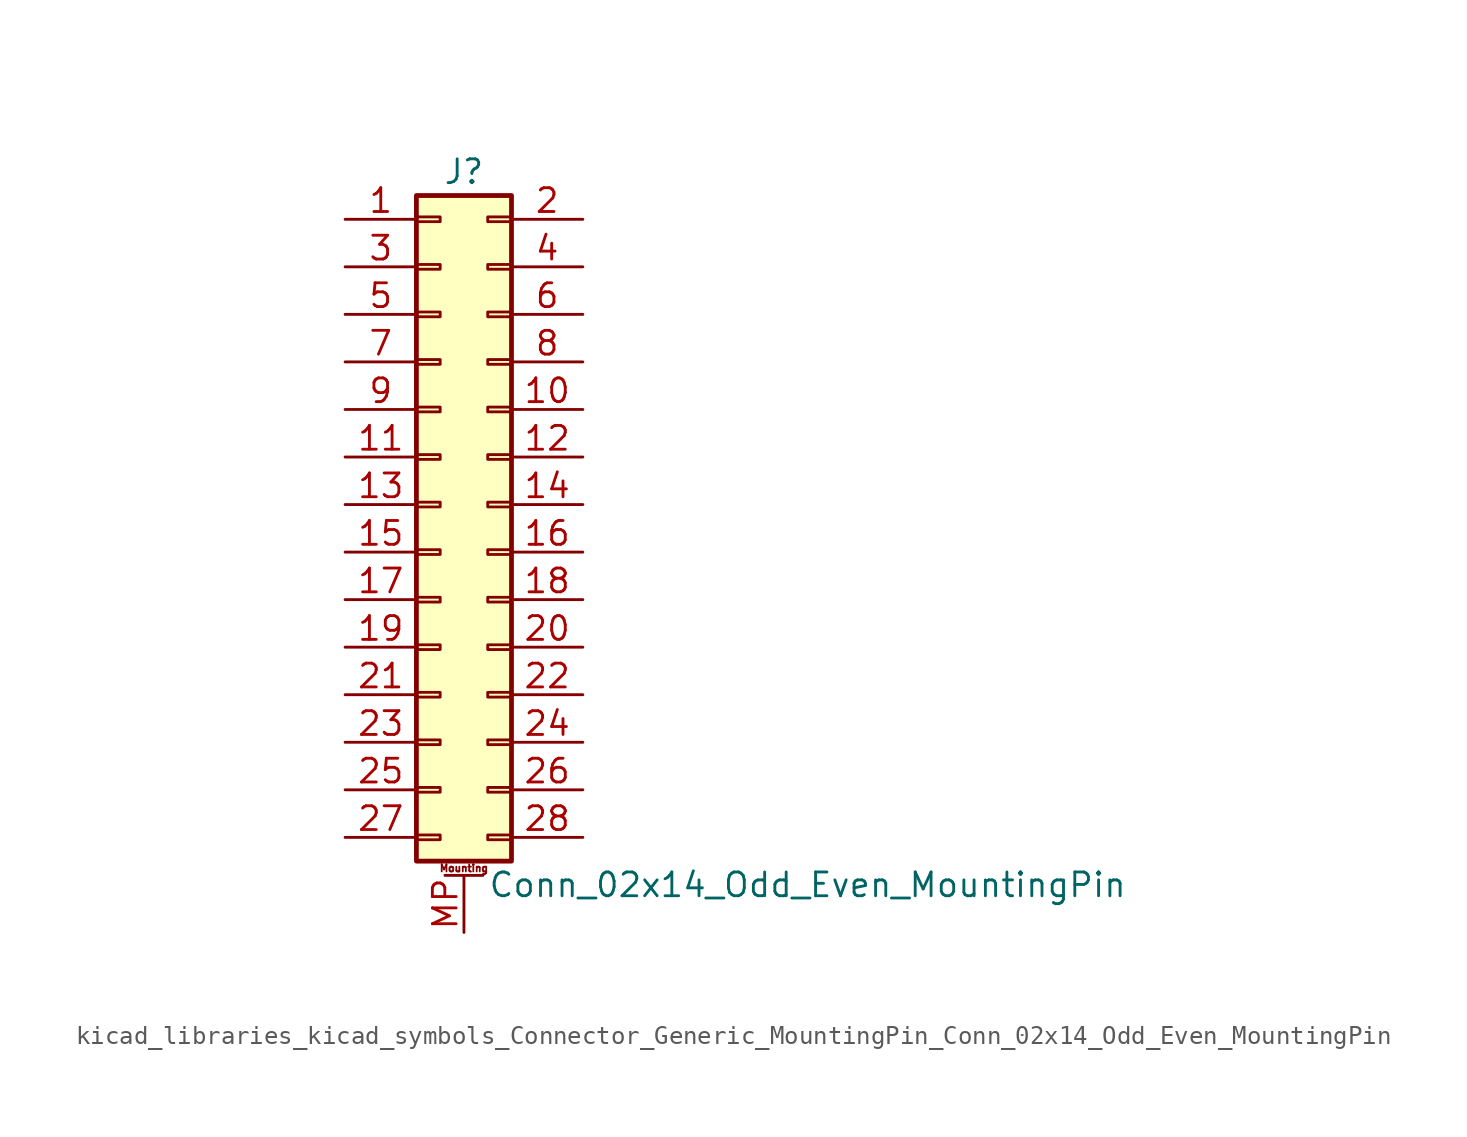
<source format=kicad_sym>
(kicad_symbol_lib
  (version 20220914)
  (generator kicad_symbol_editor)
  (symbol "kicad_libraries_kicad_symbols_Connector_Generic_MountingPin_Conn_02x14_Odd_Even_MountingPin"
    (pin_names
      (offset 1.016) hide)
    (property "Reference" "J"
      (at 1.27 17.78 0)
      (effects (font (size 1.27 1.27))))
    (property "Value" "Conn_02x14_Odd_Even_MountingPin"
      (at 2.54 -20.32 0)
      (effects (font (size 1.27 1.27)) (justify left)))
    (symbol "kicad_libraries_kicad_symbols_Connector_Generic_MountingPin_Conn_02x14_Odd_Even_MountingPin_1_1"
      (rectangle (start -1.27 -17.653) (end 0 -17.907) (stroke (width 0.152) (type default)) (fill (type none)))
      (rectangle (start -1.27 -15.113) (end 0 -15.367) (stroke (width 0.152) (type default)) (fill (type none)))
      (rectangle (start -1.27 -12.573) (end 0 -12.827) (stroke (width 0.152) (type default)) (fill (type none)))
      (rectangle (start -1.27 -10.033) (end 0 -10.287) (stroke (width 0.152) (type default)) (fill (type none)))
      (rectangle (start -1.27 -7.493) (end 0 -7.747) (stroke (width 0.152) (type default)) (fill (type none)))
      (rectangle (start -1.27 -4.953) (end 0 -5.207) (stroke (width 0.152) (type default)) (fill (type none)))
      (rectangle (start -1.27 -2.413) (end 0 -2.667) (stroke (width 0.152) (type default)) (fill (type none)))
      (rectangle (start -1.27 0.127) (end 0 -0.127) (stroke (width 0.152) (type default)) (fill (type none)))
      (rectangle (start -1.27 2.667) (end 0 2.413) (stroke (width 0.152) (type default)) (fill (type none)))
      (rectangle (start -1.27 5.207) (end 0 4.953) (stroke (width 0.152) (type default)) (fill (type none)))
      (rectangle (start -1.27 7.747) (end 0 7.493) (stroke (width 0.152) (type default)) (fill (type none)))
      (rectangle (start -1.27 10.287) (end 0 10.033) (stroke (width 0.152) (type default)) (fill (type none)))
      (rectangle (start -1.27 12.827) (end 0 12.573) (stroke (width 0.152) (type default)) (fill (type none)))
      (rectangle (start -1.27 15.367) (end 0 15.113) (stroke (width 0.152) (type default)) (fill (type none)))
      (rectangle (start -1.27 16.51) (end 3.81 -19.05) (stroke (width 0.254) (type default)) (fill (type background)))
      (polyline (pts (xy 0.254 -19.812) (xy 2.286 -19.812)) (stroke (width 0.152) (type default)) (fill (type none)))
      (rectangle (start 3.81 -17.653) (end 2.54 -17.907) (stroke (width 0.152) (type default)) (fill (type none)))
      (rectangle (start 3.81 -15.113) (end 2.54 -15.367) (stroke (width 0.152) (type default)) (fill (type none)))
      (rectangle (start 3.81 -12.573) (end 2.54 -12.827) (stroke (width 0.152) (type default)) (fill (type none)))
      (rectangle (start 3.81 -10.033) (end 2.54 -10.287) (stroke (width 0.152) (type default)) (fill (type none)))
      (rectangle (start 3.81 -7.493) (end 2.54 -7.747) (stroke (width 0.152) (type default)) (fill (type none)))
      (rectangle (start 3.81 -4.953) (end 2.54 -5.207) (stroke (width 0.152) (type default)) (fill (type none)))
      (rectangle (start 3.81 -2.413) (end 2.54 -2.667) (stroke (width 0.152) (type default)) (fill (type none)))
      (rectangle (start 3.81 0.127) (end 2.54 -0.127) (stroke (width 0.152) (type default)) (fill (type none)))
      (rectangle (start 3.81 2.667) (end 2.54 2.413) (stroke (width 0.152) (type default)) (fill (type none)))
      (rectangle (start 3.81 5.207) (end 2.54 4.953) (stroke (width 0.152) (type default)) (fill (type none)))
      (rectangle (start 3.81 7.747) (end 2.54 7.493) (stroke (width 0.152) (type default)) (fill (type none)))
      (rectangle (start 3.81 10.287) (end 2.54 10.033) (stroke (width 0.152) (type default)) (fill (type none)))
      (rectangle (start 3.81 12.827) (end 2.54 12.573) (stroke (width 0.152) (type default)) (fill (type none)))
      (rectangle (start 3.81 15.367) (end 2.54 15.113) (stroke (width 0.152) (type default)) (fill (type none)))
      (text "Mounting" (at 1.27 -19.431 0) (effects (font (size 0.381 0.381))))
      (pin passive line (at -5.08 15.24 0) (length 3.81) (name "Pin_1" (effects (font (size 1.27 1.27)))) (number "1" (effects (font (size 1.27 1.27)))))
      (pin passive line (at 7.62 5.08 180) (length 3.81) (name "Pin_10" (effects (font (size 1.27 1.27)))) (number "10" (effects (font (size 1.27 1.27)))))
      (pin passive line (at -5.08 2.54 0) (length 3.81) (name "Pin_11" (effects (font (size 1.27 1.27)))) (number "11" (effects (font (size 1.27 1.27)))))
      (pin passive line (at 7.62 2.54 180) (length 3.81) (name "Pin_12" (effects (font (size 1.27 1.27)))) (number "12" (effects (font (size 1.27 1.27)))))
      (pin passive line (at -5.08 0 0) (length 3.81) (name "Pin_13" (effects (font (size 1.27 1.27)))) (number "13" (effects (font (size 1.27 1.27)))))
      (pin passive line (at 7.62 0 180) (length 3.81) (name "Pin_14" (effects (font (size 1.27 1.27)))) (number "14" (effects (font (size 1.27 1.27)))))
      (pin passive line (at -5.08 -2.54 0) (length 3.81) (name "Pin_15" (effects (font (size 1.27 1.27)))) (number "15" (effects (font (size 1.27 1.27)))))
      (pin passive line (at 7.62 -2.54 180) (length 3.81) (name "Pin_16" (effects (font (size 1.27 1.27)))) (number "16" (effects (font (size 1.27 1.27)))))
      (pin passive line (at -5.08 -5.08 0) (length 3.81) (name "Pin_17" (effects (font (size 1.27 1.27)))) (number "17" (effects (font (size 1.27 1.27)))))
      (pin passive line (at 7.62 -5.08 180) (length 3.81) (name "Pin_18" (effects (font (size 1.27 1.27)))) (number "18" (effects (font (size 1.27 1.27)))))
      (pin passive line (at -5.08 -7.62 0) (length 3.81) (name "Pin_19" (effects (font (size 1.27 1.27)))) (number "19" (effects (font (size 1.27 1.27)))))
      (pin passive line (at 7.62 15.24 180) (length 3.81) (name "Pin_2" (effects (font (size 1.27 1.27)))) (number "2" (effects (font (size 1.27 1.27)))))
      (pin passive line (at 7.62 -7.62 180) (length 3.81) (name "Pin_20" (effects (font (size 1.27 1.27)))) (number "20" (effects (font (size 1.27 1.27)))))
      (pin passive line (at -5.08 -10.16 0) (length 3.81) (name "Pin_21" (effects (font (size 1.27 1.27)))) (number "21" (effects (font (size 1.27 1.27)))))
      (pin passive line (at 7.62 -10.16 180) (length 3.81) (name "Pin_22" (effects (font (size 1.27 1.27)))) (number "22" (effects (font (size 1.27 1.27)))))
      (pin passive line (at -5.08 -12.7 0) (length 3.81) (name "Pin_23" (effects (font (size 1.27 1.27)))) (number "23" (effects (font (size 1.27 1.27)))))
      (pin passive line (at 7.62 -12.7 180) (length 3.81) (name "Pin_24" (effects (font (size 1.27 1.27)))) (number "24" (effects (font (size 1.27 1.27)))))
      (pin passive line (at -5.08 -15.24 0) (length 3.81) (name "Pin_25" (effects (font (size 1.27 1.27)))) (number "25" (effects (font (size 1.27 1.27)))))
      (pin passive line (at 7.62 -15.24 180) (length 3.81) (name "Pin_26" (effects (font (size 1.27 1.27)))) (number "26" (effects (font (size 1.27 1.27)))))
      (pin passive line (at -5.08 -17.78 0) (length 3.81) (name "Pin_27" (effects (font (size 1.27 1.27)))) (number "27" (effects (font (size 1.27 1.27)))))
      (pin passive line (at 7.62 -17.78 180) (length 3.81) (name "Pin_28" (effects (font (size 1.27 1.27)))) (number "28" (effects (font (size 1.27 1.27)))))
      (pin passive line (at -5.08 12.7 0) (length 3.81) (name "Pin_3" (effects (font (size 1.27 1.27)))) (number "3" (effects (font (size 1.27 1.27)))))
      (pin passive line (at 7.62 12.7 180) (length 3.81) (name "Pin_4" (effects (font (size 1.27 1.27)))) (number "4" (effects (font (size 1.27 1.27)))))
      (pin passive line (at -5.08 10.16 0) (length 3.81) (name "Pin_5" (effects (font (size 1.27 1.27)))) (number "5" (effects (font (size 1.27 1.27)))))
      (pin passive line (at 7.62 10.16 180) (length 3.81) (name "Pin_6" (effects (font (size 1.27 1.27)))) (number "6" (effects (font (size 1.27 1.27)))))
      (pin passive line (at -5.08 7.62 0) (length 3.81) (name "Pin_7" (effects (font (size 1.27 1.27)))) (number "7" (effects (font (size 1.27 1.27)))))
      (pin passive line (at 7.62 7.62 180) (length 3.81) (name "Pin_8" (effects (font (size 1.27 1.27)))) (number "8" (effects (font (size 1.27 1.27)))))
      (pin passive line (at -5.08 5.08 0) (length 3.81) (name "Pin_9" (effects (font (size 1.27 1.27)))) (number "9" (effects (font (size 1.27 1.27)))))
      (pin passive line (at 1.27 -22.86 90) (length 3.048) (name "MountPin" (effects (font (size 1.27 1.27)))) (number "MP" (effects (font (size 1.27 1.27))))))))
</source>
